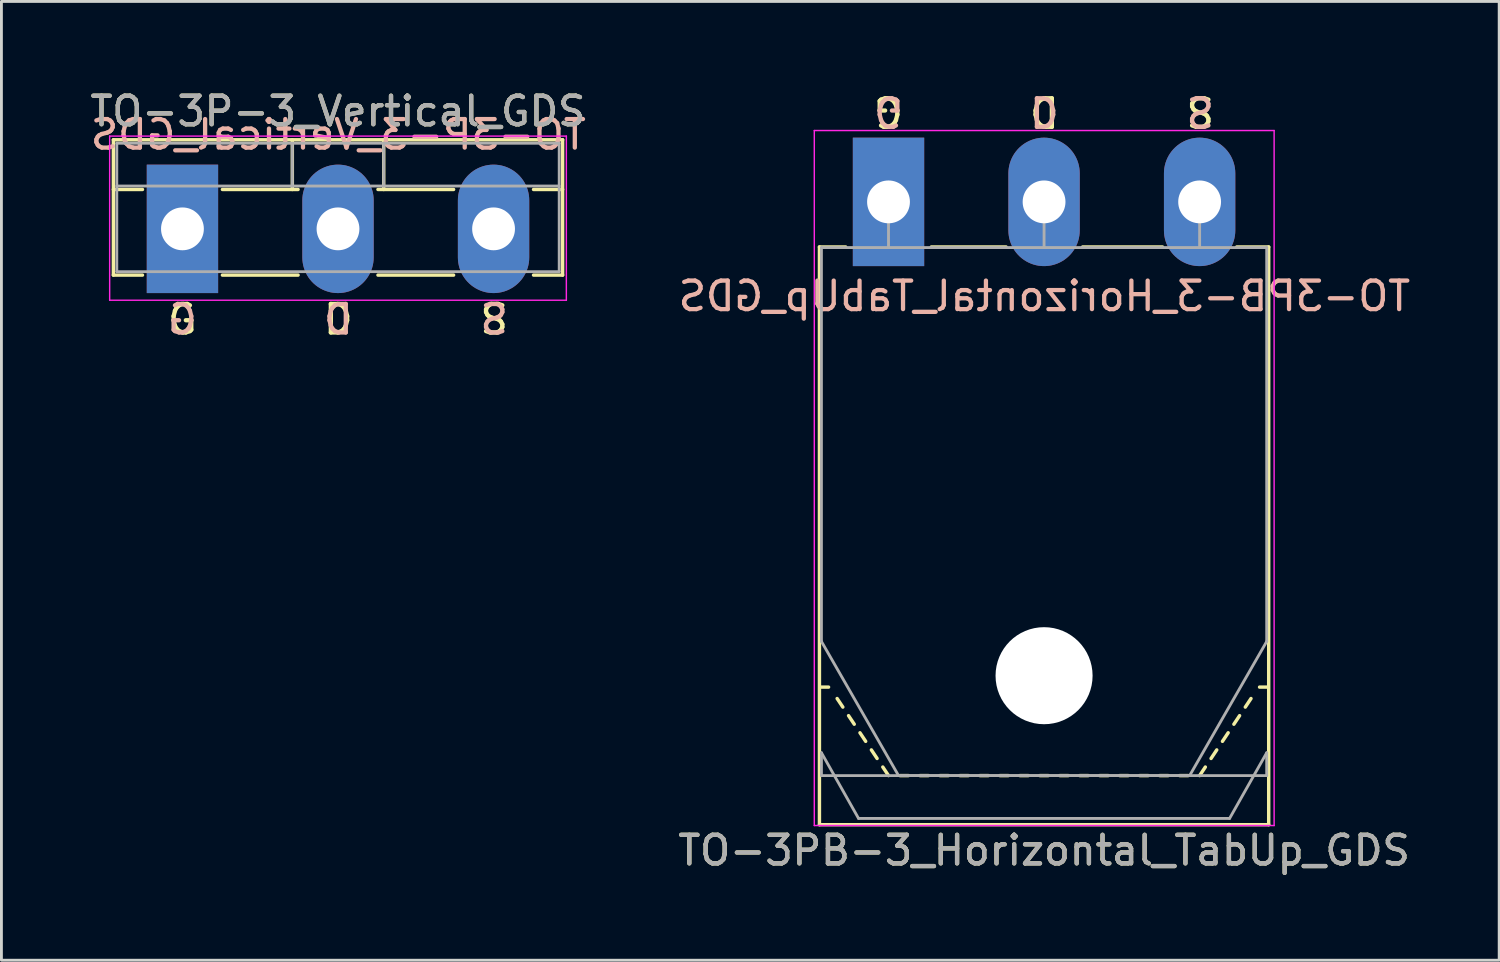
<source format=kicad_pcb>
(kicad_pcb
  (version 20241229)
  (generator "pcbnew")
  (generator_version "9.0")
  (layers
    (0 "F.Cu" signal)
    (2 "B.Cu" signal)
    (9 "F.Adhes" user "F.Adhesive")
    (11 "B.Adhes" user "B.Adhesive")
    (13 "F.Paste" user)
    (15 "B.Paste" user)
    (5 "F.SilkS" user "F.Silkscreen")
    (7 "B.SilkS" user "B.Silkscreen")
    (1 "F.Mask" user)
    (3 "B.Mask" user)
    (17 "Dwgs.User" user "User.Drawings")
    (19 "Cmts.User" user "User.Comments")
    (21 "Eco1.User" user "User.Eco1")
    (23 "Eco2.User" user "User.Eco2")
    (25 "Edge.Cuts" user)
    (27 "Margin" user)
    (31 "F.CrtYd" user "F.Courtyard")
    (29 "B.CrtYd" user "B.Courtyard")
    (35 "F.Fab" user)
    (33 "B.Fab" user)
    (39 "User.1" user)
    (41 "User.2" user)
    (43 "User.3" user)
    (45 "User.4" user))
  (footprint "TO-3P-3_Vertical_GDS"
    (layer "F.Cu")
    (at 3.342 4.968)
    (property "Reference" "TO-3P-3_Vertical_GDS" (at 5.45 -4.12 0) (layer "F.SilkS") (effects (font (size 1 1) (thickness 0.15))))
    (fp_line (start -2.42 -3.12) (end -2.42 1.62) (stroke (width 0.12) (type solid)) (layer "F.SilkS"))
    (fp_line (start -2.42 -3.12) (end 13.32 -3.12) (stroke (width 0.12) (type solid)) (layer "F.SilkS"))
    (fp_line (start -2.42 -1.38) (end -1.4 -1.38) (stroke (width 0.12) (type solid)) (layer "F.SilkS"))
    (fp_line (start -2.42 1.62) (end -1.4 1.62) (stroke (width 0.12) (type solid)) (layer "F.SilkS"))
    (fp_line (start 1.4 -1.38) (end 4.051 -1.38) (stroke (width 0.12) (type solid)) (layer "F.SilkS"))
    (fp_line (start 1.4 1.62) (end 4.051 1.62) (stroke (width 0.12) (type solid)) (layer "F.SilkS"))
    (fp_line (start 3.85 -3.12) (end 3.85 -1.38) (stroke (width 0.12) (type solid)) (layer "F.SilkS"))
    (fp_line (start 6.85 -1.38) (end 9.5 -1.38) (stroke (width 0.12) (type solid)) (layer "F.SilkS"))
    (fp_line (start 6.85 1.62) (end 9.5 1.62) (stroke (width 0.12) (type solid)) (layer "F.SilkS"))
    (fp_line (start 7.051 -3.12) (end 7.051 -1.38) (stroke (width 0.12) (type solid)) (layer "F.SilkS"))
    (fp_line (start 12.3 -1.38) (end 13.32 -1.38) (stroke (width 0.12) (type solid)) (layer "F.SilkS"))
    (fp_line (start 12.3 1.62) (end 13.32 1.62) (stroke (width 0.12) (type solid)) (layer "F.SilkS"))
    (fp_line (start 13.32 -3.12) (end 13.32 1.62) (stroke (width 0.12) (type solid)) (layer "F.SilkS"))
    (fp_line (start -2.55 -3.25) (end -2.55 2.5) (stroke (width 0.05) (type solid)) (layer "F.CrtYd"))
    (fp_line (start -2.55 2.5) (end 13.45 2.5) (stroke (width 0.05) (type solid)) (layer "F.CrtYd"))
    (fp_line (start 13.45 -3.25) (end -2.55 -3.25) (stroke (width 0.05) (type solid)) (layer "F.CrtYd"))
    (fp_line (start 13.45 2.5) (end 13.45 -3.25) (stroke (width 0.05) (type solid)) (layer "F.CrtYd"))
    (fp_line (start -2.3 -3) (end -2.3 1.5) (stroke (width 0.1) (type solid)) (layer "F.Fab"))
    (fp_line (start -2.3 -1.5) (end 13.2 -1.5) (stroke (width 0.1) (type solid)) (layer "F.Fab"))
    (fp_line (start -2.3 1.5) (end 13.2 1.5) (stroke (width 0.1) (type solid)) (layer "F.Fab"))
    (fp_line (start 3.85 -3) (end 3.85 -1.5) (stroke (width 0.1) (type solid)) (layer "F.Fab"))
    (fp_line (start 7.05 -3) (end 7.05 -1.5) (stroke (width 0.1) (type solid)) (layer "F.Fab"))
    (fp_line (start 13.2 -3) (end -2.3 -3) (stroke (width 0.1) (type solid)) (layer "F.Fab"))
    (fp_line (start 13.2 1.5) (end 13.2 -3) (stroke (width 0.1) (type solid)) (layer "F.Fab"))
    (fp_text user "S" (at 10.922 3.175 0) (unlocked yes) (layer "F.SilkS") (effects (font (size 1 1) (thickness 0.15))))
    (fp_text user "D" (at 5.461 3.175 0) (unlocked yes) (layer "F.SilkS") (effects (font (size 1 1) (thickness 0.15))))
    (fp_text user "G" (at 0 3.175 0) (unlocked yes) (layer "F.SilkS") (effects (font (size 1 1) (thickness 0.15))))
    (fp_text user "S" (at 10.922 3.175 0) (unlocked yes) (layer "B.SilkS") (effects (font (size 1 1) (thickness 0.15)) (justify mirror)))
    (fp_text user "D" (at 5.461 3.175 0) (unlocked yes) (layer "B.SilkS") (effects (font (size 1 1) (thickness 0.15)) (justify mirror)))
    (fp_text user "G" (at 0 3.175 0) (unlocked yes) (layer "B.SilkS") (effects (font (size 1 1) (thickness 0.15)) (justify mirror)))
    (fp_text user "${REFERENCE}" (at 5.461 -3.302 0) (layer "B.SilkS") (effects (font (size 1 1) (thickness 0.15)) (justify mirror)))
    (fp_text user "${REFERENCE}" (at 5.45 -4.12 0) (layer "F.Fab") (effects (font (size 1 1) (thickness 0.15))))
    (pad "1" thru_hole rect (at 0 0) (size 2.5 4.5) (drill 1.5) (layers "*.Cu" "*.Mask"))
    (pad "2" thru_hole oval (at 5.45 0) (size 2.5 4.5) (drill 1.5) (layers "*.Cu" "*.Mask"))
    (pad "3" thru_hole oval (at 10.9 0) (size 2.5 4.5) (drill 1.5) (layers "*.Cu" "*.Mask")))
  (footprint "TO-3PB-3_Horizontal_TabUp_GDS"
    (layer "F.Cu")
    (at 28.079 4.023)
    (property "Reference" "TO-3PB-3_Horizontal_TabUp_GDS" (at 5.45 22.72 0) (layer "F.SilkS") (effects (font (size 1 1) (thickness 0.15))))
    (fp_line (start -2.42 21.82) (end -2.42 1.58) (stroke (width 0.12) (type solid)) (layer "F.SilkS"))
    (fp_line (start -2.1 17) (end -2.4 17) (stroke (width 0.12) (type solid)) (layer "F.SilkS"))
    (fp_line (start -1.8 17.4) (end -1.6 17.7) (stroke (width 0.12) (type solid)) (layer "F.SilkS"))
    (fp_line (start -1.5 1.58) (end -2.42 1.58) (stroke (width 0.12) (type solid)) (layer "F.SilkS"))
    (fp_line (start -1.4 18) (end -1.2 18.3) (stroke (width 0.12) (type solid)) (layer "F.SilkS"))
    (fp_line (start -1 18.6) (end -0.8 18.9) (stroke (width 0.12) (type solid)) (layer "F.SilkS"))
    (fp_line (start -0.6 19.2) (end -0.4 19.5) (stroke (width 0.12) (type solid)) (layer "F.SilkS"))
    (fp_line (start -0.2 19.8) (end 0 20.1) (stroke (width 0.12) (type solid)) (layer "F.SilkS"))
    (fp_line (start 0.7 20.1) (end 0.4 20.1) (stroke (width 0.12) (type solid)) (layer "F.SilkS"))
    (fp_line (start 1.4 20.1) (end 1.1 20.1) (stroke (width 0.12) (type solid)) (layer "F.SilkS"))
    (fp_line (start 2.1 20.1) (end 1.8 20.1) (stroke (width 0.12) (type solid)) (layer "F.SilkS"))
    (fp_line (start 2.8 20.1) (end 2.5 20.1) (stroke (width 0.12) (type solid)) (layer "F.SilkS"))
    (fp_line (start 3.5 20.1) (end 3.2 20.1) (stroke (width 0.12) (type solid)) (layer "F.SilkS"))
    (fp_line (start 4.12 1.58) (end 1.5 1.58) (stroke (width 0.12) (type solid)) (layer "F.SilkS"))
    (fp_line (start 4.2 20.1) (end 3.9 20.1) (stroke (width 0.12) (type solid)) (layer "F.SilkS"))
    (fp_line (start 4.9 20.1) (end 4.6 20.1) (stroke (width 0.12) (type solid)) (layer "F.SilkS"))
    (fp_line (start 5.6 20.1) (end 5.3 20.1) (stroke (width 0.12) (type solid)) (layer "F.SilkS"))
    (fp_line (start 6.3 20.1) (end 6 20.1) (stroke (width 0.12) (type solid)) (layer "F.SilkS"))
    (fp_line (start 7 20.1) (end 6.7 20.1) (stroke (width 0.12) (type solid)) (layer "F.SilkS"))
    (fp_line (start 7.7 20.1) (end 7.4 20.1) (stroke (width 0.12) (type solid)) (layer "F.SilkS"))
    (fp_line (start 8.4 20.1) (end 8.1 20.1) (stroke (width 0.12) (type solid)) (layer "F.SilkS"))
    (fp_line (start 9.1 20.1) (end 8.8 20.1) (stroke (width 0.12) (type solid)) (layer "F.SilkS"))
    (fp_line (start 9.6 1.58) (end 6.8 1.58) (stroke (width 0.12) (type solid)) (layer "F.SilkS"))
    (fp_line (start 9.8 20.1) (end 9.5 20.1) (stroke (width 0.12) (type solid)) (layer "F.SilkS"))
    (fp_line (start 10.5 20.1) (end 10.2 20.1) (stroke (width 0.12) (type solid)) (layer "F.SilkS"))
    (fp_line (start 11.1 19.8) (end 10.9 20.1) (stroke (width 0.12) (type solid)) (layer "F.SilkS"))
    (fp_line (start 11.5 19.2) (end 11.3 19.5) (stroke (width 0.12) (type solid)) (layer "F.SilkS"))
    (fp_line (start 11.9 18.6) (end 11.7 18.9) (stroke (width 0.12) (type solid)) (layer "F.SilkS"))
    (fp_line (start 12.3 18) (end 12.1 18.3) (stroke (width 0.12) (type solid)) (layer "F.SilkS"))
    (fp_line (start 12.7 17.4) (end 12.5 17.7) (stroke (width 0.12) (type solid)) (layer "F.SilkS"))
    (fp_line (start 13 17) (end 13.3 17) (stroke (width 0.12) (type solid)) (layer "F.SilkS"))
    (fp_line (start 13.32 1.58) (end 12.2 1.58) (stroke (width 0.12) (type solid)) (layer "F.SilkS"))
    (fp_line (start 13.32 21.82) (end -2.42 21.82) (stroke (width 0.12) (type solid)) (layer "F.SilkS"))
    (fp_line (start 13.32 21.82) (end 13.32 1.58) (stroke (width 0.12) (type solid)) (layer "F.SilkS"))
    (fp_line (start -2.6 -2.5) (end -2.6 21.85) (stroke (width 0.05) (type solid)) (layer "F.CrtYd"))
    (fp_line (start -2.6 21.85) (end 13.51 21.85) (stroke (width 0.05) (type solid)) (layer "F.CrtYd"))
    (fp_line (start 13.51 -2.5) (end -2.6 -2.5) (stroke (width 0.05) (type solid)) (layer "F.CrtYd"))
    (fp_line (start 13.51 21.85) (end 13.51 -2.5) (stroke (width 0.05) (type solid)) (layer "F.CrtYd"))
    (fp_line (start -2.35 1.6) (end -2.35 15.401) (stroke (width 0.1) (type solid)) (layer "F.Fab"))
    (fp_line (start -2.35 15.401) (end 0.351 20.1) (stroke (width 0.1) (type solid)) (layer "F.Fab"))
    (fp_line (start -2.35 19.3) (end -1.05 21.6) (stroke (width 0.1) (type solid)) (layer "F.Fab"))
    (fp_line (start -2.35 20.1) (end -2.35 19.3) (stroke (width 0.1) (type solid)) (layer "F.Fab"))
    (fp_line (start -1.05 21.6) (end 11.95 21.6) (stroke (width 0.1) (type solid)) (layer "F.Fab"))
    (fp_line (start 0 1.6) (end 0 0) (stroke (width 0.1) (type solid)) (layer "F.Fab"))
    (fp_line (start 0.351 20.1) (end 10.55 20.1) (stroke (width 0.1) (type solid)) (layer "F.Fab"))
    (fp_line (start 5.45 1.6) (end 5.45 0) (stroke (width 0.1) (type solid)) (layer "F.Fab"))
    (fp_line (start 10.55 20.1) (end 13.25 15.401) (stroke (width 0.1) (type solid)) (layer "F.Fab"))
    (fp_line (start 10.9 1.6) (end 10.9 0) (stroke (width 0.1) (type solid)) (layer "F.Fab"))
    (fp_line (start 11.95 21.6) (end 13.25 19.3) (stroke (width 0.1) (type solid)) (layer "F.Fab"))
    (fp_line (start 13.25 1.6) (end -2.35 1.6) (stroke (width 0.1) (type solid)) (layer "F.Fab"))
    (fp_line (start 13.25 15.401) (end 13.25 1.6) (stroke (width 0.1) (type solid)) (layer "F.Fab"))
    (fp_line (start 13.25 19.3) (end 13.25 20.1) (stroke (width 0.1) (type solid)) (layer "F.Fab"))
    (fp_line (start 13.25 20.1) (end -2.35 20.1) (stroke (width 0.1) (type solid)) (layer "F.Fab"))
    (fp_circle (center 5.45 16.6) (end 7.05 16.6) (stroke (width 0.1) (type solid)) (fill no) (layer "F.Fab"))
    (fp_text user "D" (at 5.461 -3.175 180) (unlocked yes) (layer "F.SilkS") (effects (font (size 1 1) (thickness 0.15))))
    (fp_text user "G" (at 0 -3.175 180) (unlocked yes) (layer "F.SilkS") (effects (font (size 1 1) (thickness 0.15))))
    (fp_text user "S" (at 10.922 -3.175 180) (unlocked yes) (layer "F.SilkS") (effects (font (size 1 1) (thickness 0.15))))
    (fp_text user "D" (at 5.461 -3.175 180) (unlocked yes) (layer "B.SilkS") (effects (font (size 1 1) (thickness 0.15)) (justify mirror)))
    (fp_text user "${REFERENCE}" (at 5.461 3.302 0) (layer "B.SilkS") (effects (font (size 1 1) (thickness 0.15)) (justify mirror)))
    (fp_text user "S" (at 10.922 -3.175 180) (unlocked yes) (layer "B.SilkS") (effects (font (size 1 1) (thickness 0.15)) (justify mirror)))
    (fp_text user "G" (at 0 -3.175 180) (unlocked yes) (layer "B.SilkS") (effects (font (size 1 1) (thickness 0.15)) (justify mirror)))
    (fp_text user "${REFERENCE}" (at 5.45 22.72 0) (layer "F.Fab") (effects (font (size 1 1) (thickness 0.15))))
    (pad "" np_thru_hole oval (at 5.45 16.6) (size 3.4 3.4) (drill 3.4) (layers "*.Cu" "*.Mask"))
    (pad "1" thru_hole rect (at 0 0) (size 2.5 4.5) (drill 1.5) (layers "*.Cu" "*.Mask"))
    (pad "2" thru_hole oval (at 5.45 0) (size 2.5 4.5) (drill 1.5) (layers "*.Cu" "*.Mask"))
    (pad "3" thru_hole oval (at 10.9 0) (size 2.5 4.5) (drill 1.5) (layers "*.Cu" "*.Mask")))
  (gr_rect
    (start -3 -3)
    (end 49.474 30.591)
    (stroke (width 0.1) (type default))
    (fill no)
    (layer "Edge.Cuts")))
</source>
